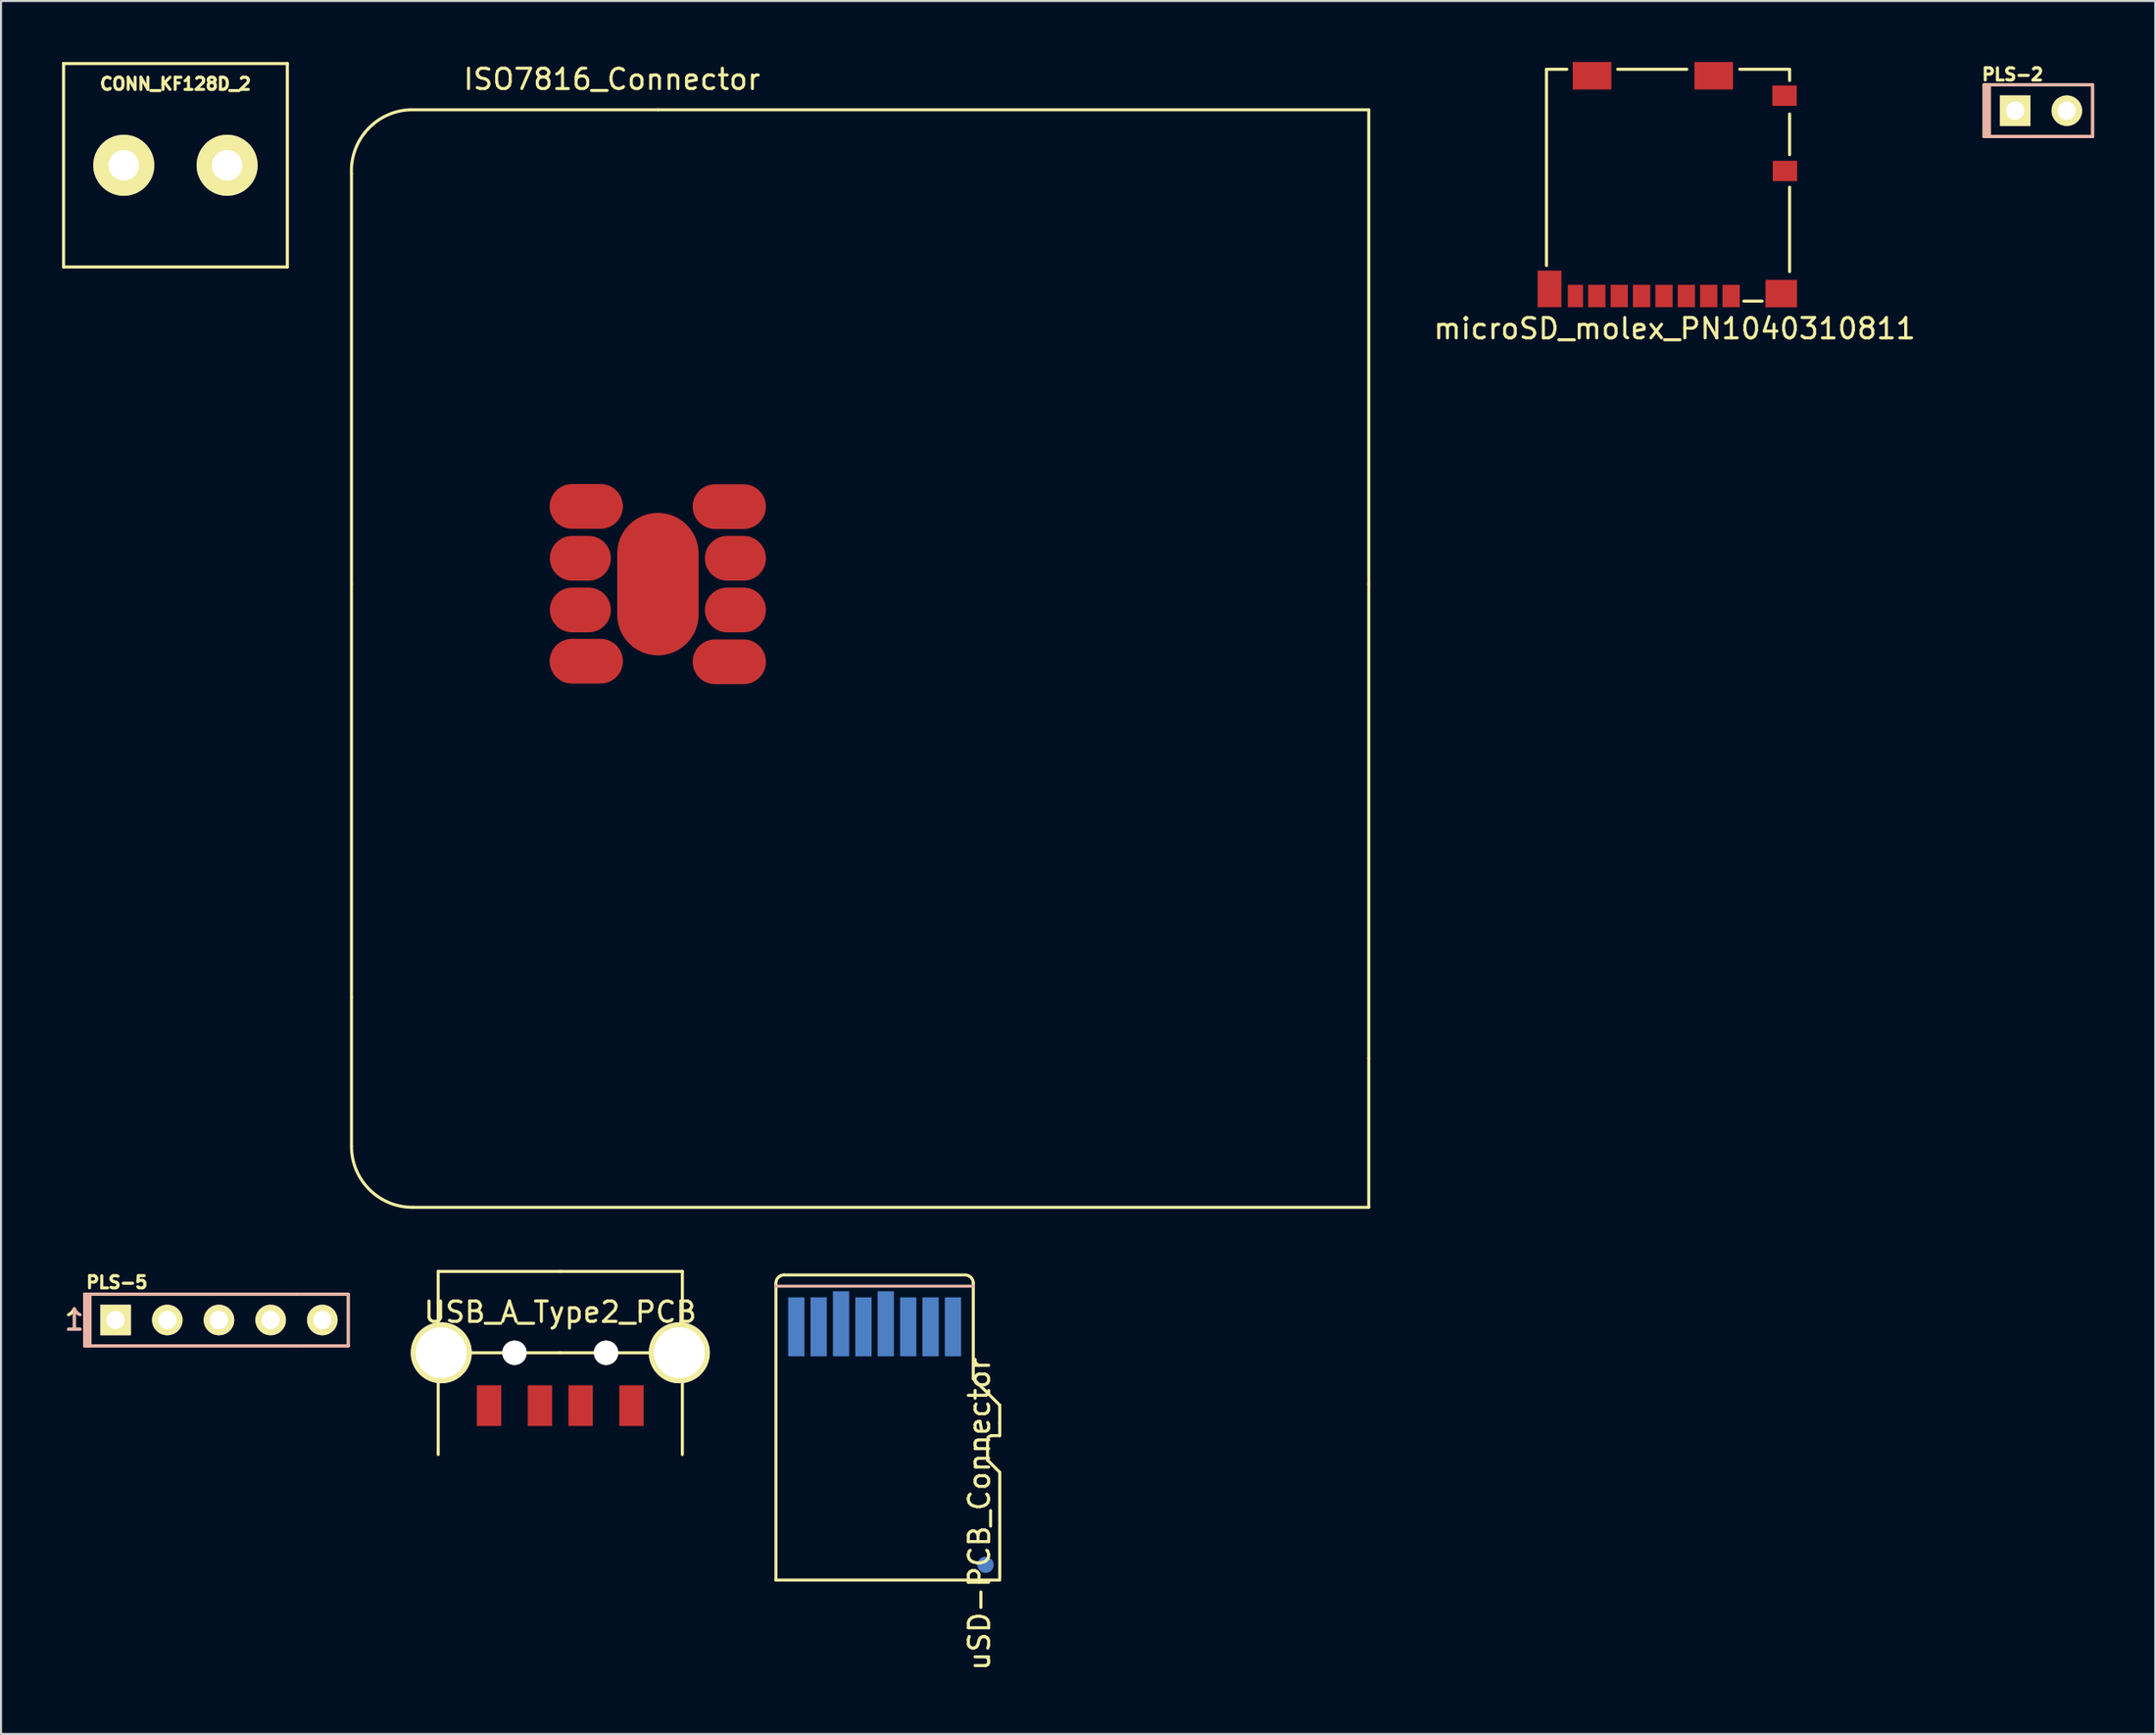
<source format=kicad_pcb>
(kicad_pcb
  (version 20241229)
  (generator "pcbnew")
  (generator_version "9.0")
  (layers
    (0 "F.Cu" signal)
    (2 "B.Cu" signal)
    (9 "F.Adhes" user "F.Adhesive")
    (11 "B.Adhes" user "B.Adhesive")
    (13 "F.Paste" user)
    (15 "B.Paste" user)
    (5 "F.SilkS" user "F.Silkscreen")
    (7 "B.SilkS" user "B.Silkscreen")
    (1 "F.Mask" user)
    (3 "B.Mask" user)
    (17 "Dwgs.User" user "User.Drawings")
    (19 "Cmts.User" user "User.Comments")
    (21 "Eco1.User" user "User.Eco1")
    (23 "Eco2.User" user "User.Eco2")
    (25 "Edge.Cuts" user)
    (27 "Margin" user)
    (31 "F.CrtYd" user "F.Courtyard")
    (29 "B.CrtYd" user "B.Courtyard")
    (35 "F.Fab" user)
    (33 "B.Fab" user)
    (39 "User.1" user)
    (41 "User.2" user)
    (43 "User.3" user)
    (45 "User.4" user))
  (footprint "microSD_molex_PN1040310811"
    (layer "F.Cu")
    (at 72.96 0.355)
    (property "Reference" "microSD_molex_PN1040310811" (at 6.3 12.75 0) (layer "F.SilkS") (effects (font (size 1 1) (thickness 0.15))))
    (attr through_hole)
    (fp_line (start 0 0) (end 1 0) (stroke (width 0.15) (type solid)) (layer "F.SilkS"))
    (fp_line (start 0 9.65) (end 0 0) (stroke (width 0.15) (type solid)) (layer "F.SilkS"))
    (fp_line (start 3.5 0) (end 6.9 0) (stroke (width 0.15) (type solid)) (layer "F.SilkS"))
    (fp_line (start 9.5 0) (end 11.9 0) (stroke (width 0.15) (type solid)) (layer "F.SilkS"))
    (fp_line (start 10.6 11.4) (end 9.7 11.4) (stroke (width 0.15) (type solid)) (layer "F.SilkS"))
    (fp_line (start 11.95 0) (end 11.95 0.55) (stroke (width 0.15) (type solid)) (layer "F.SilkS"))
    (fp_line (start 11.95 2.2) (end 11.95 4.2) (stroke (width 0.15) (type solid)) (layer "F.SilkS"))
    (fp_line (start 11.95 5.8) (end 11.95 9.95) (stroke (width 0.15) (type solid)) (layer "F.SilkS"))
    (pad "1" smd rect (at 9.075 11.15) (size 0.85 1.1) (layers "F.Cu" "F.Mask" "F.Paste"))
    (pad "2" smd rect (at 7.975 11.15) (size 0.85 1.1) (layers "F.Cu" "F.Mask" "F.Paste"))
    (pad "3" smd rect (at 6.875 11.15) (size 0.85 1.1) (layers "F.Cu" "F.Mask" "F.Paste"))
    (pad "4" smd rect (at 5.775 11.15) (size 0.85 1.1) (layers "F.Cu" "F.Mask" "F.Paste"))
    (pad "5" smd rect (at 4.675 11.15) (size 0.85 1.1) (layers "F.Cu" "F.Mask" "F.Paste"))
    (pad "6" smd rect (at 3.575 11.15) (size 0.85 1.1) (layers "F.Cu" "F.Mask" "F.Paste"))
    (pad "7" smd rect (at 2.475 11.15) (size 0.85 1.1) (layers "F.Cu" "F.Mask" "F.Paste"))
    (pad "8" smd rect (at 1.425 11.15) (size 0.75 1.1) (layers "F.Cu" "F.Mask" "F.Paste"))
    (pad "H" smd rect (at 0.15 10.8) (size 1.17 1.8) (layers "F.Cu" "F.Mask" "F.Paste"))
    (pad "H" smd rect (at 2.24 0.32) (size 1.9 1.35) (layers "F.Cu" "F.Mask" "F.Paste"))
    (pad "H" smd rect (at 8.22 0.32) (size 1.9 1.35) (layers "F.Cu" "F.Mask" "F.Paste"))
    (pad "H" smd rect (at 11.54 11.03) (size 1.55 1.35) (layers "F.Cu" "F.Mask" "F.Paste"))
    (pad "H" smd rect (at 11.7 1.3) (size 1.2 1) (layers "F.Cu" "F.Mask" "F.Paste"))
    (pad "H" smd rect (at 11.72 5) (size 1.2 1) (layers "F.Cu" "F.Mask" "F.Paste")))
  (footprint "USB_A_Type2_PCB"
    (layer "F.Cu")
    (at 24.488 63.458)
    (property "Reference" "USB_A_Type2_PCB" (at 0 -2 0) (layer "F.SilkS") (effects (font (size 1 1) (thickness 0.15))))
    (attr through_hole)
    (fp_line (start -6 -4) (end -6 0) (stroke (width 0.15) (type solid)) (layer "F.SilkS"))
    (fp_line (start -6 0) (end -6 5) (stroke (width 0.15) (type solid)) (layer "F.SilkS"))
    (fp_line (start 0 -4) (end -6 -4) (stroke (width 0.15) (type solid)) (layer "F.SilkS"))
    (fp_line (start 0 -4) (end 6 -4) (stroke (width 0.15) (type solid)) (layer "F.SilkS"))
    (fp_line (start 0 0) (end -6 0) (stroke (width 0.15) (type solid)) (layer "F.SilkS"))
    (fp_line (start 0 0) (end 6 0) (stroke (width 0.15) (type solid)) (layer "F.SilkS"))
    (fp_line (start 6 -4) (end 6 0) (stroke (width 0.15) (type solid)) (layer "F.SilkS"))
    (fp_line (start 6 0) (end 6 5) (stroke (width 0.15) (type solid)) (layer "F.SilkS"))
    (pad "" thru_hole circle (at -5.85 0) (size 3 3) (drill 2.5) (layers "*.Cu" "*.Mask" "F.SilkS"))
    (pad "" np_thru_hole circle (at -2.25 0) (size 1.2 1.2) (drill 1.2) (layers "*.Cu" "*.Mask" "F.SilkS"))
    (pad "" np_thru_hole circle (at 2.25 0) (size 1.2 1.2) (drill 1.2) (layers "*.Cu" "*.Mask" "F.SilkS"))
    (pad "" thru_hole circle (at 5.85 0) (size 3 3) (drill 2.5) (layers "*.Cu" "*.Mask" "F.SilkS"))
    (pad "1" smd rect (at -3.5 2.6) (size 1.2 2) (layers "F.Cu" "F.Mask" "F.Paste"))
    (pad "2" smd rect (at -1 2.6) (size 1.2 2) (layers "F.Cu" "F.Mask" "F.Paste"))
    (pad "3" smd rect (at 1 2.6) (size 1.2 2) (layers "F.Cu" "F.Mask" "F.Paste"))
    (pad "4" smd rect (at 3.5 2.6) (size 1.2 2) (layers "F.Cu" "F.Mask" "F.Paste")))
  (footprint "ISO7816_Connector"
    (layer "F.Cu")
    (at 29.286 25.668)
    (property "Reference" "ISO7816_Connector" (at -2.26 -24.82 0) (layer "F.SilkS") (effects (font (size 1 1) (thickness 0.15))))
    (attr through_hole)
    (fp_line (start -15.06 -20.18) (end -15.06 0) (stroke (width 0.15) (type solid)) (layer "F.SilkS"))
    (fp_line (start -15.06 20.31) (end -15.06 0.01) (stroke (width 0.15) (type solid)) (layer "F.SilkS"))
    (fp_line (start -15.06 27.63) (end -15.06 20.32) (stroke (width 0.15) (type solid)) (layer "F.SilkS"))
    (fp_line (start -12.18 -23.32) (end 0 -23.32) (stroke (width 0.15) (type solid)) (layer "F.SilkS"))
    (fp_line (start -12.06 30.64) (end 34.94 30.64) (stroke (width 0.15) (type solid)) (layer "F.SilkS"))
    (fp_line (start 34.94 -23.32) (end 0 -23.32) (stroke (width 0.15) (type solid)) (layer "F.SilkS"))
    (fp_line (start 34.94 -23.32) (end 34.94 0) (stroke (width 0.15) (type solid)) (layer "F.SilkS"))
    (fp_line (start 34.94 0) (end 34.94 23.32) (stroke (width 0.15) (type solid)) (layer "F.SilkS"))
    (fp_line (start 34.94 30.64) (end 34.94 23.32) (stroke (width 0.15) (type solid)) (layer "F.SilkS"))
    (fp_arc (start -15.06 -20.18) (mid -14.280315 -22.342325) (end -12.2 -23.32) (stroke (width 0.15) (type solid)) (layer "F.SilkS"))
    (fp_arc (start -12.06 30.64) (mid -14.18132 29.76132) (end -15.06 27.64) (stroke (width 0.15) (type solid)) (layer "F.SilkS"))
    (pad "1" smd oval (at -3.52 -3.82) (size 3.6 2.2) (layers "F.Cu" "F.Mask" "F.Paste"))
    (pad "2" smd oval (at -3.81 -1.27) (size 3 2.2) (layers "F.Cu" "F.Mask" "F.Paste"))
    (pad "3" smd oval (at -3.81 1.27) (size 3 2.2) (layers "F.Cu" "F.Mask" "F.Paste"))
    (pad "4" smd oval (at -3.52 3.79) (size 3.6 2.2) (layers "F.Cu" "F.Mask" "F.Paste"))
    (pad "5" smd oval (at 0 0) (size 4 7) (layers "F.Cu" "F.Mask" "F.Paste"))
    (pad "5" smd oval (at 3.51 -3.81) (size 3.6 2.2) (layers "F.Cu" "F.Mask" "F.Paste"))
    (pad "6" smd oval (at 3.81 -1.27) (size 3 2.2) (layers "F.Cu" "F.Mask" "F.Paste"))
    (pad "7" smd oval (at 3.81 1.27) (size 3 2.2) (layers "F.Cu" "F.Mask" "F.Paste"))
    (pad "8" smd oval (at 3.51 3.82) (size 3.6 2.2) (layers "F.Cu" "F.Mask" "F.Paste")))
  (footprint "uSD-PCB_Connector"
    (layer "F.Cu")
    (at 35.088 59.633)
    (property "Reference" "uSD-PCB_Connector" (at 10 11.75 90) (layer "F.SilkS") (effects (font (size 1 1) (thickness 0.15))))
    (attr through_hole)
    (fp_line (start 0 0.4) (end 0 15) (stroke (width 0.15) (type solid)) (layer "F.SilkS"))
    (fp_line (start 0 15) (end 11 15) (stroke (width 0.15) (type solid)) (layer "F.SilkS"))
    (fp_line (start 0.4 0) (end 9.25 0) (stroke (width 0.15) (type solid)) (layer "F.SilkS"))
    (fp_line (start 9.7 0.4) (end 9.7 0.55) (stroke (width 0.15) (type solid)) (layer "F.SilkS"))
    (fp_line (start 9.7 0.55) (end 9.7 5.1) (stroke (width 0.15) (type solid)) (layer "F.SilkS"))
    (fp_line (start 10.4 9.1) (end 10.4 8.1) (stroke (width 0.15) (type solid)) (layer "F.SilkS"))
    (fp_line (start 11 6.4) (end 9.7 5.1) (stroke (width 0.15) (type solid)) (layer "F.SilkS"))
    (fp_line (start 11 6.4) (end 11 7.3) (stroke (width 0.15) (type solid)) (layer "F.SilkS"))
    (fp_line (start 11 7.9) (end 10.6 7.9) (stroke (width 0.15) (type solid)) (layer "F.SilkS"))
    (fp_line (start 11 7.9) (end 11 7.3) (stroke (width 0.15) (type solid)) (layer "F.SilkS"))
    (fp_line (start 11 9.7) (end 10.4 9.1) (stroke (width 0.15) (type solid)) (layer "F.SilkS"))
    (fp_line (start 11 9.7) (end 11 14.9) (stroke (width 0.15) (type solid)) (layer "F.SilkS"))
    (fp_arc (start 0 0.4) (mid 0.117157 0.117157) (end 0.4 0) (stroke (width 0.15) (type solid)) (layer "F.SilkS"))
    (fp_arc (start 9.3 0) (mid 9.582843 0.117157) (end 9.7 0.4) (stroke (width 0.15) (type solid)) (layer "F.SilkS"))
    (fp_arc (start 10.4 8.1) (mid 10.458579 7.958579) (end 10.6 7.9) (stroke (width 0.15) (type solid)) (layer "F.SilkS"))
    (fp_line (start 0 0.55) (end 9.7 0.55) (stroke (width 0.15) (type solid)) (layer "B.SilkS"))
    (pad "1" smd rect (at 8.7 2.55) (size 0.8 2.9) (layers "B.Cu" "B.Mask" "B.Paste"))
    (pad "2" smd rect (at 7.6 2.55) (size 0.8 2.9) (layers "B.Cu" "B.Mask" "B.Paste"))
    (pad "3" smd rect (at 6.5 2.55) (size 0.8 2.9) (layers "B.Cu" "B.Mask" "B.Paste"))
    (pad "4" smd rect (at 5.4 2.4) (size 0.8 3.2) (layers "B.Cu" "B.Mask" "B.Paste"))
    (pad "5" smd rect (at 4.3 2.55) (size 0.8 2.9) (layers "B.Cu" "B.Mask" "B.Paste"))
    (pad "6" smd rect (at 3.2 2.4) (size 0.8 3.2) (layers "B.Cu" "B.Mask" "B.Paste"))
    (pad "7" smd rect (at 2.1 2.55) (size 0.8 2.9) (layers "B.Cu" "B.Mask" "B.Paste"))
    (pad "8" smd rect (at 1 2.55) (size 0.8 2.9) (layers "B.Cu" "B.Mask" "B.Paste"))
    (pad "H" smd circle (at 10.3 14.25) (size 0.8 0.8) (layers "B.Cu" "B.Mask" "B.Paste")))
  (footprint "PLS-2"
    (layer "F.Cu")
    (at 95.996 2.392)
    (property "Reference" "PLS-2" (at -0.127 -1.778 0) (layer "F.SilkS") (effects (font (size 0.6 0.6) (thickness 0.15))))
    (attr through_hole)
    (fp_line (start -1.524 -1.27) (end -1.524 1.27) (stroke (width 0.15) (type solid)) (layer "F.SilkS"))
    (fp_line (start -1.524 1.27) (end -1.397 1.27) (stroke (width 0.15) (type solid)) (layer "F.SilkS"))
    (fp_line (start -1.397 1.27) (end -1.397 -1.143) (stroke (width 0.15) (type solid)) (layer "F.SilkS"))
    (fp_line (start -1.397 1.27) (end -1.27 1.27) (stroke (width 0.15) (type solid)) (layer "F.SilkS"))
    (fp_line (start -1.27 -1.27) (end -1.524 -1.27) (stroke (width 0.15) (type solid)) (layer "F.SilkS"))
    (fp_line (start -1.27 1.27) (end -1.27 -1.27) (stroke (width 0.15) (type solid)) (layer "F.SilkS"))
    (fp_line (start 3.81 -1.27) (end -1.27 -1.27) (stroke (width 0.15) (type solid)) (layer "F.SilkS"))
    (fp_line (start 3.81 -1.27) (end 3.81 1.27) (stroke (width 0.15) (type solid)) (layer "F.SilkS"))
    (fp_line (start 3.81 1.27) (end -1.27 1.27) (stroke (width 0.15) (type solid)) (layer "F.SilkS"))
    (fp_line (start -1.524 -1.27) (end -1.397 -1.27) (stroke (width 0.15) (type solid)) (layer "B.SilkS"))
    (fp_line (start -1.524 -1.27) (end 3.81 -1.27) (stroke (width 0.15) (type solid)) (layer "B.SilkS"))
    (fp_line (start -1.524 1.27) (end -1.524 -1.27) (stroke (width 0.15) (type solid)) (layer "B.SilkS"))
    (fp_line (start -1.397 -1.27) (end -1.397 1.27) (stroke (width 0.15) (type solid)) (layer "B.SilkS"))
    (fp_line (start -1.397 1.27) (end -1.27 1.27) (stroke (width 0.15) (type solid)) (layer "B.SilkS"))
    (fp_line (start -1.27 1.27) (end -1.27 -1.27) (stroke (width 0.15) (type solid)) (layer "B.SilkS"))
    (fp_line (start 3.81 -1.27) (end 3.81 1.27) (stroke (width 0.15) (type solid)) (layer "B.SilkS"))
    (fp_line (start 3.81 1.27) (end -1.524 1.27) (stroke (width 0.15) (type solid)) (layer "B.SilkS"))
    (pad "1" thru_hole rect (at 0 0) (size 1.5 1.5) (drill 0.9) (layers "*.Cu" "*.Mask" "F.SilkS"))
    (pad "2" thru_hole circle (at 2.54 0) (size 1.5 1.5) (drill 0.9) (layers "*.Cu" "*.Mask" "F.SilkS")))
  (footprint "PLS-5"
    (layer "F.Cu")
    (at 2.633 61.847)
    (property "Reference" "PLS-5" (at 0.061 -1.849 0) (layer "F.SilkS") (effects (font (size 0.6 0.6) (thickness 0.15))))
    (attr through_hole)
    (fp_line (start -1.524 -1.27) (end -1.27 -1.27) (stroke (width 0.15) (type solid)) (layer "F.SilkS"))
    (fp_line (start -1.524 1.27) (end -1.524 -1.27) (stroke (width 0.15) (type solid)) (layer "F.SilkS"))
    (fp_line (start -1.397 -1.27) (end -1.397 1.27) (stroke (width 0.15) (type solid)) (layer "F.SilkS"))
    (fp_line (start -1.27 -1.27) (end -1.397 -1.27) (stroke (width 0.15) (type solid)) (layer "F.SilkS"))
    (fp_line (start -1.27 -1.27) (end 8.89 -1.27) (stroke (width 0.15) (type solid)) (layer "F.SilkS"))
    (fp_line (start -1.27 1.27) (end -1.524 1.27) (stroke (width 0.15) (type solid)) (layer "F.SilkS"))
    (fp_line (start -1.27 1.27) (end -1.27 -1.27) (stroke (width 0.15) (type solid)) (layer "F.SilkS"))
    (fp_line (start 8.89 -1.27) (end 11.43 -1.27) (stroke (width 0.15) (type solid)) (layer "F.SilkS"))
    (fp_line (start 8.89 1.27) (end -1.27 1.27) (stroke (width 0.15) (type solid)) (layer "F.SilkS"))
    (fp_line (start 11.43 -1.27) (end 11.43 1.27) (stroke (width 0.15) (type solid)) (layer "F.SilkS"))
    (fp_line (start 11.43 1.27) (end 8.89 1.27) (stroke (width 0.15) (type solid)) (layer "F.SilkS"))
    (fp_line (start -1.524 -1.27) (end -1.397 -1.27) (stroke (width 0.15) (type solid)) (layer "B.SilkS"))
    (fp_line (start -1.524 -1.27) (end 8.89 -1.27) (stroke (width 0.15) (type solid)) (layer "B.SilkS"))
    (fp_line (start -1.524 1.27) (end -1.524 -1.27) (stroke (width 0.15) (type solid)) (layer "B.SilkS"))
    (fp_line (start -1.397 -1.27) (end -1.397 1.27) (stroke (width 0.15) (type solid)) (layer "B.SilkS"))
    (fp_line (start -1.397 1.27) (end -1.27 1.27) (stroke (width 0.15) (type solid)) (layer "B.SilkS"))
    (fp_line (start -1.27 1.27) (end -1.27 -1.27) (stroke (width 0.15) (type solid)) (layer "B.SilkS"))
    (fp_line (start 8.89 1.27) (end -1.524 1.27) (stroke (width 0.15) (type solid)) (layer "B.SilkS"))
    (fp_line (start 8.89 1.27) (end 11.43 1.27) (stroke (width 0.15) (type solid)) (layer "B.SilkS"))
    (fp_line (start 11.43 -1.27) (end 8.89 -1.27) (stroke (width 0.15) (type solid)) (layer "B.SilkS"))
    (fp_line (start 11.43 1.27) (end 11.43 -1.27) (stroke (width 0.15) (type solid)) (layer "B.SilkS"))
    (fp_text user "1" (at -2.032 0 0) (layer "F.SilkS") (effects (font (size 1 1) (thickness 0.15))))
    (fp_text user "1" (at -2.032 0 0) (layer "B.SilkS") (effects (font (size 1 1) (thickness 0.15)) (justify mirror)))
    (pad "1" thru_hole rect (at 0 0) (size 1.5 1.5) (drill 0.9) (layers "*.Cu" "*.Mask" "F.SilkS"))
    (pad "2" thru_hole circle (at 2.54 0) (size 1.5 1.5) (drill 0.9) (layers "*.Cu" "*.Mask" "F.SilkS"))
    (pad "3" thru_hole circle (at 5.08 0) (size 1.5 1.5) (drill 0.9) (layers "*.Cu" "*.Mask" "F.SilkS"))
    (pad "4" thru_hole circle (at 7.62 0) (size 1.5 1.5) (drill 0.9) (layers "*.Cu" "*.Mask" "F.SilkS"))
    (pad "5" thru_hole circle (at 10.16 0) (size 1.5 1.5) (drill 0.9) (layers "*.Cu" "*.Mask" "F.SilkS")))
  (footprint "CONN_KF128D_2"
    (layer "F.Cu")
    (at 5.574 5.076)
    (property "Reference" "CONN_KF128D_2" (at 0 -4 0) (layer "F.SilkS") (effects (font (size 0.599 0.599) (thickness 0.15))))
    (attr through_hole)
    (fp_line (start -5.499 -5.001) (end 5.499 -5.001) (stroke (width 0.15) (type solid)) (layer "F.SilkS"))
    (fp_line (start -5.499 5.001) (end -5.499 -5.001) (stroke (width 0.15) (type solid)) (layer "F.SilkS"))
    (fp_line (start 5.499 -5.001) (end 5.499 5.001) (stroke (width 0.15) (type solid)) (layer "F.SilkS"))
    (fp_line (start 5.499 5.001) (end -5.499 5.001) (stroke (width 0.15) (type solid)) (layer "F.SilkS"))
    (pad "1" thru_hole circle (at -2.54 0) (size 3 3) (drill 1.501) (layers "*.Cu" "*.Mask" "F.SilkS"))
    (pad "2" thru_hole circle (at 2.54 0) (size 3 3) (drill 1.501) (layers "*.Cu" "*.Mask" "F.SilkS")))
  (gr_rect
    (start -3 -3)
    (end 102.881 82.199)
    (stroke (width 0.1) (type default))
    (fill no)
    (layer "Edge.Cuts")))
</source>
